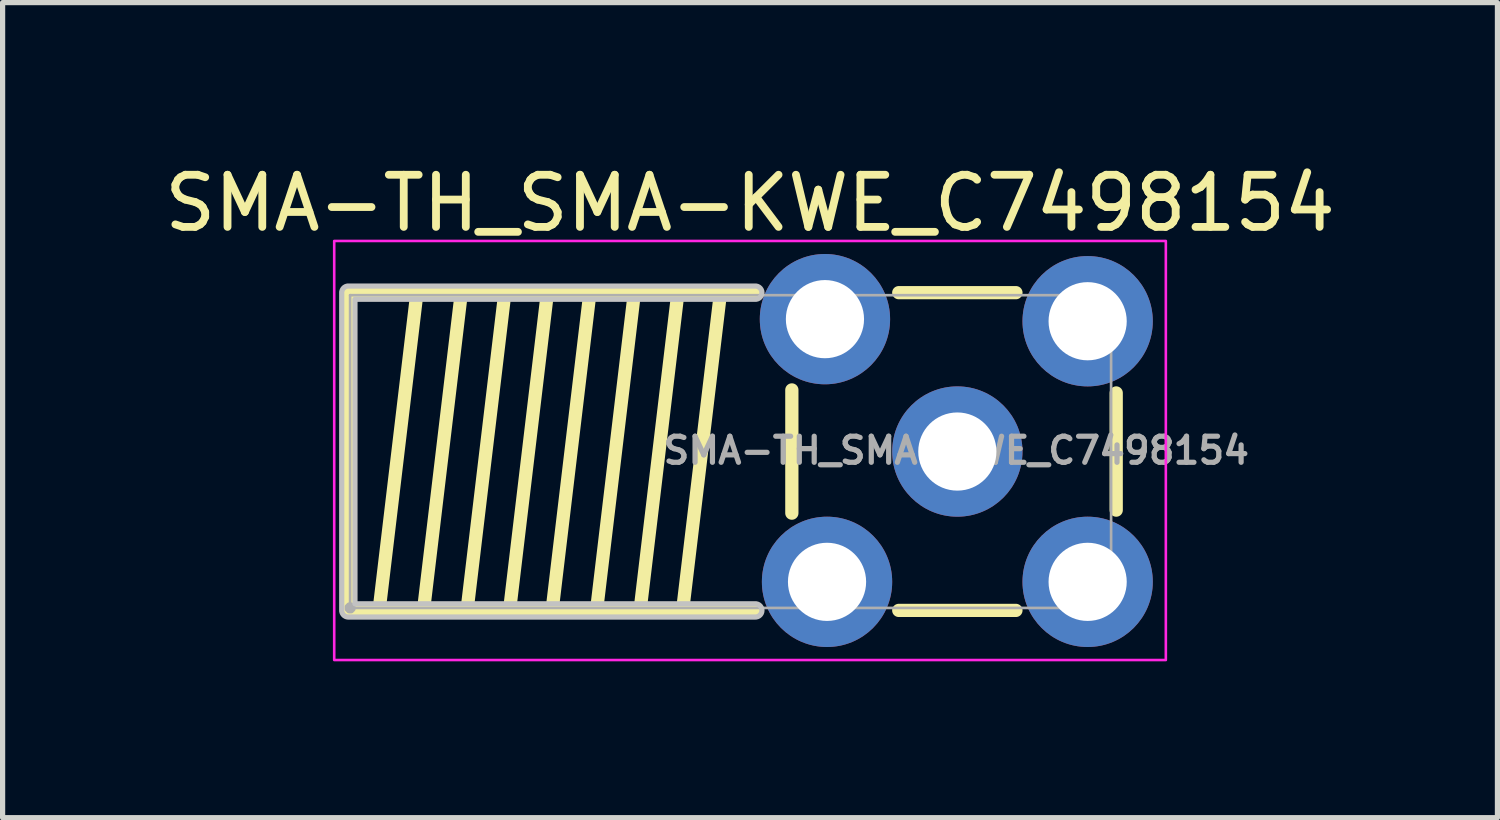
<source format=kicad_pcb>
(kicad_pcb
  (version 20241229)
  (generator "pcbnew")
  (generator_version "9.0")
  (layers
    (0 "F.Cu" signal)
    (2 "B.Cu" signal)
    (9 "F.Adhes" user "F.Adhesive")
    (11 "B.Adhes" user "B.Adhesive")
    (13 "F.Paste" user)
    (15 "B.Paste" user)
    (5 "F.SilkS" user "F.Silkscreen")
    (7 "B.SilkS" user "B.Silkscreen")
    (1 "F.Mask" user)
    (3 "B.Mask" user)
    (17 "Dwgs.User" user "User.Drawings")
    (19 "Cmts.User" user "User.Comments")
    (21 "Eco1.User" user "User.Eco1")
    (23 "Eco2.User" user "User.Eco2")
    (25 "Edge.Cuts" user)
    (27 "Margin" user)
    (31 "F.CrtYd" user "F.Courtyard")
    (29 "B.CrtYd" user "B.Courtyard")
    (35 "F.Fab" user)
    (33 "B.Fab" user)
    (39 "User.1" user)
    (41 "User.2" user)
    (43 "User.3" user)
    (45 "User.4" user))
  (footprint "SMA-TH_SMA-KWE_C7498154"
    (layer "F.Cu")
    (at 15.297 5.593)
    (property "Reference" "SMA-TH_SMA-KWE_C7498154" (at -3.958 -4.745 0) (layer "F.SilkS") (effects (font (size 1 1) (thickness 0.15))))
    (fp_line (start -11.664 -3.028) (end -3.856 -3.028) (stroke (width 0.254) (type default)) (layer "F.SilkS"))
    (fp_line (start -11.664 3.068) (end -11.664 -3.028) (stroke (width 0.254) (type default)) (layer "F.SilkS"))
    (fp_line (start -10.348 -3.029) (end -11.074 3.067) (stroke (width 0.254) (type default)) (layer "F.SilkS"))
    (fp_line (start -9.496 -3.028) (end -10.222 3.068) (stroke (width 0.254) (type default)) (layer "F.SilkS"))
    (fp_line (start -8.661 -3.028) (end -9.387 3.068) (stroke (width 0.254) (type default)) (layer "F.SilkS"))
    (fp_line (start -7.845 -3.028) (end -8.571 3.068) (stroke (width 0.254) (type default)) (layer "F.SilkS"))
    (fp_line (start -7.029 -3.028) (end -7.755 3.068) (stroke (width 0.254) (type default)) (layer "F.SilkS"))
    (fp_line (start -6.176 -3.028) (end -6.902 3.068) (stroke (width 0.254) (type default)) (layer "F.SilkS"))
    (fp_line (start -5.341 -3.028) (end -6.067 3.068) (stroke (width 0.254) (type default)) (layer "F.SilkS"))
    (fp_line (start -4.524 -3.028) (end -5.251 3.068) (stroke (width 0.254) (type default)) (layer "F.SilkS"))
    (fp_line (start -3.856 3.068) (end -11.664 3.068) (stroke (width 0.254) (type default)) (layer "F.SilkS"))
    (fp_line (start -3.155 -1.162) (end -3.155 1.202) (stroke (width 0.254) (type default)) (layer "F.SilkS"))
    (fp_line (start -1.104 -3.028) (end 1.144 -3.028) (stroke (width 0.254) (type default)) (layer "F.SilkS"))
    (fp_line (start 1.144 3.068) (end -1.104 3.068) (stroke (width 0.254) (type default)) (layer "F.SilkS"))
    (fp_line (start 3.068 -1.104) (end 3.068 1.144) (stroke (width 0.254) (type default)) (layer "F.SilkS"))
    (fp_poly (pts (arc (start -3.856 2.941) (mid -3.729 3.068) (end -3.856 3.195)) (arc (start -11.664 3.195) (mid -11.753803 3.157803) (end -11.791 3.068)) (arc (start -11.791 -3.028) (mid -11.753803 -3.117803) (end -11.664 -3.155)) (arc (start -3.856 -3.155) (mid -3.729 -3.028) (end -3.856 -2.901)) (xy -11.537 -2.901) (xy -11.537 2.941)) (stroke (width 0.1) (type default)) (fill no) (layer "Dwgs.User"))
    (fp_rect (start -11.935 -4.02) (end 4.02 4.02) (stroke (width 0.05) (type default)) (fill no) (layer "F.CrtYd"))
    (fp_line (start -11.63 -2.98) (end 2.97 -2.98) (stroke (width 0.051) (type default)) (layer "F.Fab"))
    (fp_line (start -11.63 3.02) (end -11.63 -2.98) (stroke (width 0.051) (type default)) (layer "F.Fab"))
    (fp_line (start 2.97 -2.98) (end 2.97 3.02) (stroke (width 0.051) (type default)) (layer "F.Fab"))
    (fp_line (start 2.97 3.02) (end -11.63 3.02) (stroke (width 0.051) (type default)) (layer "F.Fab"))
    (fp_poly (pts (xy -11.575 2.997) (xy -11.607 2.965) (xy -11.653 2.965) (xy -11.685 2.997) (xy -11.685 3.043) (xy -11.653 3.075) (xy -11.607 3.075) (xy -11.575 3.043)) (stroke (width 0.1) (type default)) (fill no) (layer "F.Fab"))
    (fp_poly (pts (xy -2.93 -2.93) (xy -2.03 -2.93) (xy -2.03 -2.03) (xy -2.93 -2.03)) (stroke (width 0.1) (type default)) (fill no) (layer "User.1"))
    (fp_poly (pts (xy -2.93 2.07) (xy -2.03 2.07) (xy -2.03 2.97) (xy -2.93 2.97)) (stroke (width 0.1) (type default)) (fill no) (layer "User.1"))
    (fp_poly (pts (xy 2.07 -2.93) (xy 2.97 -2.93) (xy 2.97 -2.03) (xy 2.07 -2.03)) (stroke (width 0.1) (type default)) (fill no) (layer "User.1"))
    (fp_poly (pts (xy 2.07 2.07) (xy 2.97 2.07) (xy 2.97 2.97) (xy 2.07 2.97)) (stroke (width 0.1) (type default)) (fill no) (layer "User.1"))
    (fp_poly (pts (xy 0.466 -0.039) (xy 0.436 -0.152) (xy 0.377 -0.254) (xy 0.294 -0.337) (xy 0.192 -0.396) (xy 0.079 -0.426) (xy -0.039 -0.426) (xy -0.152 -0.396) (xy -0.254 -0.337) (xy -0.337 -0.254) (xy -0.396 -0.152) (xy -0.426 -0.039) (xy -0.426 0.079) (xy -0.396 0.192) (xy -0.337 0.294) (xy -0.254 0.377) (xy -0.152 0.436) (xy -0.039 0.466) (xy 0.079 0.466) (xy 0.192 0.436) (xy 0.294 0.377) (xy 0.377 0.294) (xy 0.436 0.192) (xy 0.466 0.079)) (stroke (width 0.1) (type default)) (fill no) (layer "User.1"))
    (fp_text user "${REFERENCE}" (at 0 0 0) (layer "F.Fab") (effects (font (size 0.5 0.5) (thickness 0.1))))
    (pad "1" thru_hole circle (at -2.48 2.52) (size 2.5 2.5) (drill 1.5) (layers "*.Cu" "*.Mask"))
    (pad "2" thru_hole circle (at -2.52 -2.52) (size 2.5 2.5) (drill 1.5) (layers "*.Cu" "*.Mask"))
    (pad "3" thru_hole circle (at 2.52 -2.48) (size 2.5 2.5) (drill 1.5) (layers "*.Cu" "*.Mask"))
    (pad "4" thru_hole circle (at 2.52 2.52) (size 2.5 2.5) (drill 1.5) (layers "*.Cu" "*.Mask"))
    (pad "5" thru_hole circle (at 0.02 0.02) (size 2.5 2.5) (drill 1.5) (layers "*.Cu" "*.Mask")))
  (gr_rect
    (start -3 -3)
    (end 25.679 12.638)
    (stroke (width 0.1) (type default))
    (fill no)
    (layer "Edge.Cuts")))
</source>
